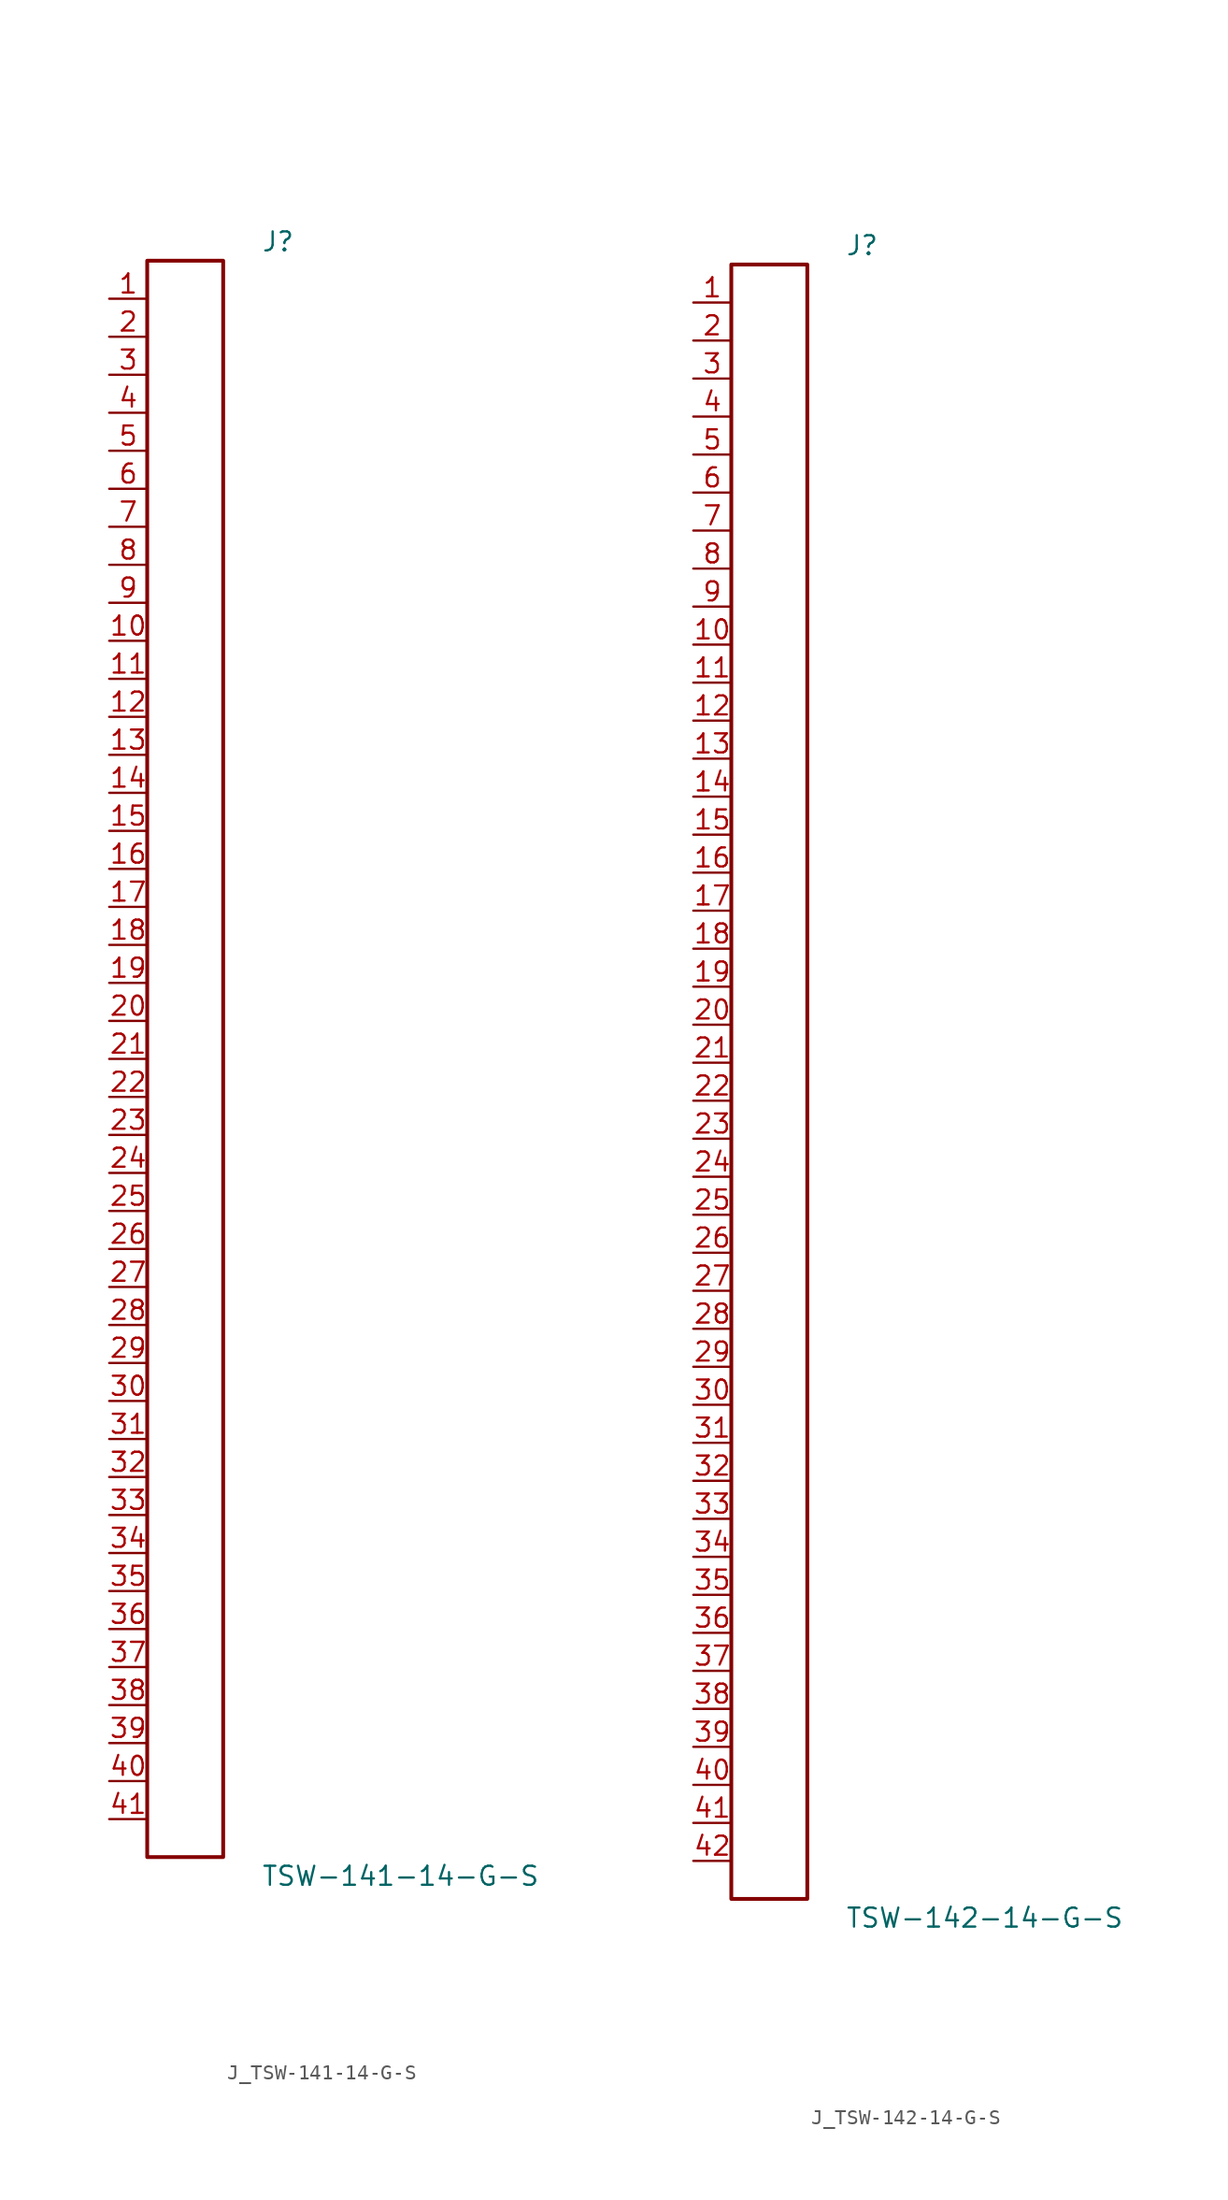
<source format=kicad_sym>
(kicad_symbol_lib
  (version 20231120)
  (generator kicad_symbol_editor)
  (generator_version 8.0)
  (symbol "J_TSW-141-14-G-S"
    (pin_names
      (offset 0.254))
    (property "Reference" "J"
      (at 5.08 54.61 0)
      (effects (font (size 1.27 1.27)) (justify left)))
    (property "Value" "TSW-141-14-G-S"
      (at 5.08 -54.61 0)
      (effects (font (size 1.27 1.27)) (justify left)))
    (symbol "J_TSW-141-14-G-S_0_0"
      (pin passive line (at -5.08 50.8 0) (length 2.54) (name "" (effects (font (size 1.27 1.27)))) (number "1" (effects (font (size 1.27 1.27)))))
      (pin passive line (at -5.08 48.26 0) (length 2.54) (name "" (effects (font (size 1.27 1.27)))) (number "2" (effects (font (size 1.27 1.27)))))
      (pin passive line (at -5.08 45.72 0) (length 2.54) (name "" (effects (font (size 1.27 1.27)))) (number "3" (effects (font (size 1.27 1.27)))))
      (pin passive line (at -5.08 43.18 0) (length 2.54) (name "" (effects (font (size 1.27 1.27)))) (number "4" (effects (font (size 1.27 1.27)))))
      (pin passive line (at -5.08 40.64 0) (length 2.54) (name "" (effects (font (size 1.27 1.27)))) (number "5" (effects (font (size 1.27 1.27)))))
      (pin passive line (at -5.08 38.1 0) (length 2.54) (name "" (effects (font (size 1.27 1.27)))) (number "6" (effects (font (size 1.27 1.27)))))
      (pin passive line (at -5.08 35.56 0) (length 2.54) (name "" (effects (font (size 1.27 1.27)))) (number "7" (effects (font (size 1.27 1.27)))))
      (pin passive line (at -5.08 33.02 0) (length 2.54) (name "" (effects (font (size 1.27 1.27)))) (number "8" (effects (font (size 1.27 1.27)))))
      (pin passive line (at -5.08 30.48 0) (length 2.54) (name "" (effects (font (size 1.27 1.27)))) (number "9" (effects (font (size 1.27 1.27)))))
      (pin passive line (at -5.08 27.94 0) (length 2.54) (name "" (effects (font (size 1.27 1.27)))) (number "10" (effects (font (size 1.27 1.27)))))
      (pin passive line (at -5.08 25.4 0) (length 2.54) (name "" (effects (font (size 1.27 1.27)))) (number "11" (effects (font (size 1.27 1.27)))))
      (pin passive line (at -5.08 22.86 0) (length 2.54) (name "" (effects (font (size 1.27 1.27)))) (number "12" (effects (font (size 1.27 1.27)))))
      (pin passive line (at -5.08 20.32 0) (length 2.54) (name "" (effects (font (size 1.27 1.27)))) (number "13" (effects (font (size 1.27 1.27)))))
      (pin passive line (at -5.08 17.78 0) (length 2.54) (name "" (effects (font (size 1.27 1.27)))) (number "14" (effects (font (size 1.27 1.27)))))
      (pin passive line (at -5.08 15.24 0) (length 2.54) (name "" (effects (font (size 1.27 1.27)))) (number "15" (effects (font (size 1.27 1.27)))))
      (pin passive line (at -5.08 12.7 0) (length 2.54) (name "" (effects (font (size 1.27 1.27)))) (number "16" (effects (font (size 1.27 1.27)))))
      (pin passive line (at -5.08 10.16 0) (length 2.54) (name "" (effects (font (size 1.27 1.27)))) (number "17" (effects (font (size 1.27 1.27)))))
      (pin passive line (at -5.08 7.62 0) (length 2.54) (name "" (effects (font (size 1.27 1.27)))) (number "18" (effects (font (size 1.27 1.27)))))
      (pin passive line (at -5.08 5.08 0) (length 2.54) (name "" (effects (font (size 1.27 1.27)))) (number "19" (effects (font (size 1.27 1.27)))))
      (pin passive line (at -5.08 2.54 0) (length 2.54) (name "" (effects (font (size 1.27 1.27)))) (number "20" (effects (font (size 1.27 1.27)))))
      (pin passive line (at -5.08 0.0 0) (length 2.54) (name "" (effects (font (size 1.27 1.27)))) (number "21" (effects (font (size 1.27 1.27)))))
      (pin passive line (at -5.08 -2.54 0) (length 2.54) (name "" (effects (font (size 1.27 1.27)))) (number "22" (effects (font (size 1.27 1.27)))))
      (pin passive line (at -5.08 -5.08 0) (length 2.54) (name "" (effects (font (size 1.27 1.27)))) (number "23" (effects (font (size 1.27 1.27)))))
      (pin passive line (at -5.08 -7.62 0) (length 2.54) (name "" (effects (font (size 1.27 1.27)))) (number "24" (effects (font (size 1.27 1.27)))))
      (pin passive line (at -5.08 -10.16 0) (length 2.54) (name "" (effects (font (size 1.27 1.27)))) (number "25" (effects (font (size 1.27 1.27)))))
      (pin passive line (at -5.08 -12.7 0) (length 2.54) (name "" (effects (font (size 1.27 1.27)))) (number "26" (effects (font (size 1.27 1.27)))))
      (pin passive line (at -5.08 -15.24 0) (length 2.54) (name "" (effects (font (size 1.27 1.27)))) (number "27" (effects (font (size 1.27 1.27)))))
      (pin passive line (at -5.08 -17.78 0) (length 2.54) (name "" (effects (font (size 1.27 1.27)))) (number "28" (effects (font (size 1.27 1.27)))))
      (pin passive line (at -5.08 -20.32 0) (length 2.54) (name "" (effects (font (size 1.27 1.27)))) (number "29" (effects (font (size 1.27 1.27)))))
      (pin passive line (at -5.08 -22.86 0) (length 2.54) (name "" (effects (font (size 1.27 1.27)))) (number "30" (effects (font (size 1.27 1.27)))))
      (pin passive line (at -5.08 -25.4 0) (length 2.54) (name "" (effects (font (size 1.27 1.27)))) (number "31" (effects (font (size 1.27 1.27)))))
      (pin passive line (at -5.08 -27.94 0) (length 2.54) (name "" (effects (font (size 1.27 1.27)))) (number "32" (effects (font (size 1.27 1.27)))))
      (pin passive line (at -5.08 -30.48 0) (length 2.54) (name "" (effects (font (size 1.27 1.27)))) (number "33" (effects (font (size 1.27 1.27)))))
      (pin passive line (at -5.08 -33.02 0) (length 2.54) (name "" (effects (font (size 1.27 1.27)))) (number "34" (effects (font (size 1.27 1.27)))))
      (pin passive line (at -5.08 -35.56 0) (length 2.54) (name "" (effects (font (size 1.27 1.27)))) (number "35" (effects (font (size 1.27 1.27)))))
      (pin passive line (at -5.08 -38.1 0) (length 2.54) (name "" (effects (font (size 1.27 1.27)))) (number "36" (effects (font (size 1.27 1.27)))))
      (pin passive line (at -5.08 -40.64 0) (length 2.54) (name "" (effects (font (size 1.27 1.27)))) (number "37" (effects (font (size 1.27 1.27)))))
      (pin passive line (at -5.08 -43.18 0) (length 2.54) (name "" (effects (font (size 1.27 1.27)))) (number "38" (effects (font (size 1.27 1.27)))))
      (pin passive line (at -5.08 -45.72 0) (length 2.54) (name "" (effects (font (size 1.27 1.27)))) (number "39" (effects (font (size 1.27 1.27)))))
      (pin passive line (at -5.08 -48.26 0) (length 2.54) (name "" (effects (font (size 1.27 1.27)))) (number "40" (effects (font (size 1.27 1.27)))))
      (pin passive line (at -5.08 -50.8 0) (length 2.54) (name "" (effects (font (size 1.27 1.27)))) (number "41" (effects (font (size 1.27 1.27))))))
    (symbol "J_TSW-141-14-G-S_1_0"
      (rectangle (start -2.54 53.34) (end 2.54 -53.34) (stroke (width 0.254) (type solid)) (fill (type none)))))
  (symbol "J_TSW-142-14-G-S"
    (pin_names
      (offset 0.254))
    (property "Reference" "J"
      (at 5.08 55.88 0)
      (effects (font (size 1.27 1.27)) (justify left)))
    (property "Value" "TSW-142-14-G-S"
      (at 5.08 -55.88 0)
      (effects (font (size 1.27 1.27)) (justify left)))
    (symbol "J_TSW-142-14-G-S_0_0"
      (pin passive line (at -5.08 52.07 0) (length 2.54) (name "" (effects (font (size 1.27 1.27)))) (number "1" (effects (font (size 1.27 1.27)))))
      (pin passive line (at -5.08 49.53 0) (length 2.54) (name "" (effects (font (size 1.27 1.27)))) (number "2" (effects (font (size 1.27 1.27)))))
      (pin passive line (at -5.08 46.99 0) (length 2.54) (name "" (effects (font (size 1.27 1.27)))) (number "3" (effects (font (size 1.27 1.27)))))
      (pin passive line (at -5.08 44.45 0) (length 2.54) (name "" (effects (font (size 1.27 1.27)))) (number "4" (effects (font (size 1.27 1.27)))))
      (pin passive line (at -5.08 41.91 0) (length 2.54) (name "" (effects (font (size 1.27 1.27)))) (number "5" (effects (font (size 1.27 1.27)))))
      (pin passive line (at -5.08 39.37 0) (length 2.54) (name "" (effects (font (size 1.27 1.27)))) (number "6" (effects (font (size 1.27 1.27)))))
      (pin passive line (at -5.08 36.83 0) (length 2.54) (name "" (effects (font (size 1.27 1.27)))) (number "7" (effects (font (size 1.27 1.27)))))
      (pin passive line (at -5.08 34.29 0) (length 2.54) (name "" (effects (font (size 1.27 1.27)))) (number "8" (effects (font (size 1.27 1.27)))))
      (pin passive line (at -5.08 31.75 0) (length 2.54) (name "" (effects (font (size 1.27 1.27)))) (number "9" (effects (font (size 1.27 1.27)))))
      (pin passive line (at -5.08 29.21 0) (length 2.54) (name "" (effects (font (size 1.27 1.27)))) (number "10" (effects (font (size 1.27 1.27)))))
      (pin passive line (at -5.08 26.67 0) (length 2.54) (name "" (effects (font (size 1.27 1.27)))) (number "11" (effects (font (size 1.27 1.27)))))
      (pin passive line (at -5.08 24.13 0) (length 2.54) (name "" (effects (font (size 1.27 1.27)))) (number "12" (effects (font (size 1.27 1.27)))))
      (pin passive line (at -5.08 21.59 0) (length 2.54) (name "" (effects (font (size 1.27 1.27)))) (number "13" (effects (font (size 1.27 1.27)))))
      (pin passive line (at -5.08 19.05 0) (length 2.54) (name "" (effects (font (size 1.27 1.27)))) (number "14" (effects (font (size 1.27 1.27)))))
      (pin passive line (at -5.08 16.51 0) (length 2.54) (name "" (effects (font (size 1.27 1.27)))) (number "15" (effects (font (size 1.27 1.27)))))
      (pin passive line (at -5.08 13.97 0) (length 2.54) (name "" (effects (font (size 1.27 1.27)))) (number "16" (effects (font (size 1.27 1.27)))))
      (pin passive line (at -5.08 11.43 0) (length 2.54) (name "" (effects (font (size 1.27 1.27)))) (number "17" (effects (font (size 1.27 1.27)))))
      (pin passive line (at -5.08 8.89 0) (length 2.54) (name "" (effects (font (size 1.27 1.27)))) (number "18" (effects (font (size 1.27 1.27)))))
      (pin passive line (at -5.08 6.35 0) (length 2.54) (name "" (effects (font (size 1.27 1.27)))) (number "19" (effects (font (size 1.27 1.27)))))
      (pin passive line (at -5.08 3.81 0) (length 2.54) (name "" (effects (font (size 1.27 1.27)))) (number "20" (effects (font (size 1.27 1.27)))))
      (pin passive line (at -5.08 1.27 0) (length 2.54) (name "" (effects (font (size 1.27 1.27)))) (number "21" (effects (font (size 1.27 1.27)))))
      (pin passive line (at -5.08 -1.27 0) (length 2.54) (name "" (effects (font (size 1.27 1.27)))) (number "22" (effects (font (size 1.27 1.27)))))
      (pin passive line (at -5.08 -3.81 0) (length 2.54) (name "" (effects (font (size 1.27 1.27)))) (number "23" (effects (font (size 1.27 1.27)))))
      (pin passive line (at -5.08 -6.35 0) (length 2.54) (name "" (effects (font (size 1.27 1.27)))) (number "24" (effects (font (size 1.27 1.27)))))
      (pin passive line (at -5.08 -8.89 0) (length 2.54) (name "" (effects (font (size 1.27 1.27)))) (number "25" (effects (font (size 1.27 1.27)))))
      (pin passive line (at -5.08 -11.43 0) (length 2.54) (name "" (effects (font (size 1.27 1.27)))) (number "26" (effects (font (size 1.27 1.27)))))
      (pin passive line (at -5.08 -13.97 0) (length 2.54) (name "" (effects (font (size 1.27 1.27)))) (number "27" (effects (font (size 1.27 1.27)))))
      (pin passive line (at -5.08 -16.51 0) (length 2.54) (name "" (effects (font (size 1.27 1.27)))) (number "28" (effects (font (size 1.27 1.27)))))
      (pin passive line (at -5.08 -19.05 0) (length 2.54) (name "" (effects (font (size 1.27 1.27)))) (number "29" (effects (font (size 1.27 1.27)))))
      (pin passive line (at -5.08 -21.59 0) (length 2.54) (name "" (effects (font (size 1.27 1.27)))) (number "30" (effects (font (size 1.27 1.27)))))
      (pin passive line (at -5.08 -24.13 0) (length 2.54) (name "" (effects (font (size 1.27 1.27)))) (number "31" (effects (font (size 1.27 1.27)))))
      (pin passive line (at -5.08 -26.67 0) (length 2.54) (name "" (effects (font (size 1.27 1.27)))) (number "32" (effects (font (size 1.27 1.27)))))
      (pin passive line (at -5.08 -29.21 0) (length 2.54) (name "" (effects (font (size 1.27 1.27)))) (number "33" (effects (font (size 1.27 1.27)))))
      (pin passive line (at -5.08 -31.75 0) (length 2.54) (name "" (effects (font (size 1.27 1.27)))) (number "34" (effects (font (size 1.27 1.27)))))
      (pin passive line (at -5.08 -34.29 0) (length 2.54) (name "" (effects (font (size 1.27 1.27)))) (number "35" (effects (font (size 1.27 1.27)))))
      (pin passive line (at -5.08 -36.83 0) (length 2.54) (name "" (effects (font (size 1.27 1.27)))) (number "36" (effects (font (size 1.27 1.27)))))
      (pin passive line (at -5.08 -39.37 0) (length 2.54) (name "" (effects (font (size 1.27 1.27)))) (number "37" (effects (font (size 1.27 1.27)))))
      (pin passive line (at -5.08 -41.91 0) (length 2.54) (name "" (effects (font (size 1.27 1.27)))) (number "38" (effects (font (size 1.27 1.27)))))
      (pin passive line (at -5.08 -44.45 0) (length 2.54) (name "" (effects (font (size 1.27 1.27)))) (number "39" (effects (font (size 1.27 1.27)))))
      (pin passive line (at -5.08 -46.99 0) (length 2.54) (name "" (effects (font (size 1.27 1.27)))) (number "40" (effects (font (size 1.27 1.27)))))
      (pin passive line (at -5.08 -49.53 0) (length 2.54) (name "" (effects (font (size 1.27 1.27)))) (number "41" (effects (font (size 1.27 1.27)))))
      (pin passive line (at -5.08 -52.07 0) (length 2.54) (name "" (effects (font (size 1.27 1.27)))) (number "42" (effects (font (size 1.27 1.27))))))
    (symbol "J_TSW-142-14-G-S_1_0"
      (rectangle (start -2.54 54.61) (end 2.54 -54.61) (stroke (width 0.254) (type solid)) (fill (type none))))))
</source>
